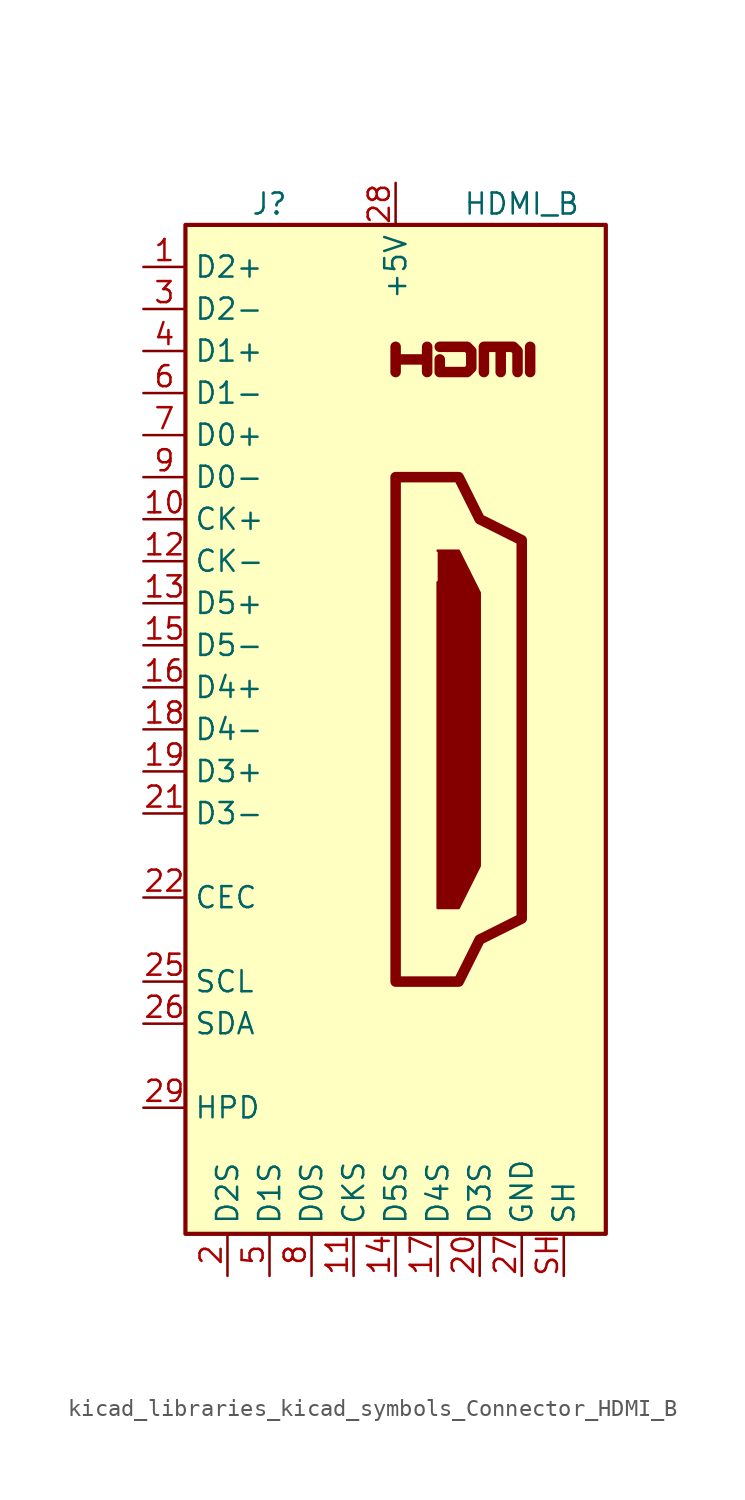
<source format=kicad_sym>
(kicad_symbol_lib
  (version 20220914)
  (generator kicad_symbol_editor)
  (symbol "kicad_libraries_kicad_symbols_Connector_HDMI_B"
    (property "Reference" "J"
      (at -7.62 31.75 0)
      (effects (font (size 1.27 1.27))))
    (property "Value" "HDMI_B"
      (at 7.62 31.75 0)
      (effects (font (size 1.27 1.27))))
    (symbol "kicad_libraries_kicad_symbols_Connector_HDMI_B_0_0"
      (polyline (pts (xy 8.128 21.59) (xy 8.128 23.114)) (stroke (width 0.635) (type default)) (fill (type none)))
      (polyline (pts (xy 0 21.59) (xy 0 23.114) (xy 0 22.352) (xy 1.905 22.352) (xy 1.905 23.114) (xy 1.905 21.59)) (stroke (width 0.635) (type default)) (fill (type none)))
      (polyline (pts (xy 2.667 23.114) (xy 4.318 23.114) (xy 4.572 22.86) (xy 4.572 21.844) (xy 4.318 21.59) (xy 2.667 21.59) (xy 2.667 22.352)) (stroke (width 0.635) (type default)) (fill (type none))))
    (symbol "kicad_libraries_kicad_symbols_Connector_HDMI_B_0_1"
      (rectangle (start -12.7 30.48) (end 12.7 -30.48) (stroke (width 0.254) (type default)) (fill (type background)))
      (polyline (pts (xy 2.54 10.795) (xy 3.81 10.795) (xy 5.08 8.255) (xy 5.08 -8.255) (xy 3.81 -10.795) (xy 2.54 -10.795) (xy 2.54 8.89)) (stroke (width 0) (type default)) (fill (type outline)))
      (polyline (pts (xy 5.334 21.59) (xy 5.334 23.114) (xy 6.35 23.114) (xy 6.35 21.59) (xy 6.35 23.114) (xy 7.112 23.114) (xy 7.366 22.86) (xy 7.366 21.59)) (stroke (width 0.635) (type default)) (fill (type none)))
      (polyline (pts (xy 0 15.24) (xy 0 -15.24) (xy 3.81 -15.24) (xy 5.08 -12.7) (xy 7.62 -11.43) (xy 7.62 11.43) (xy 5.08 12.7) (xy 3.81 15.24) (xy 0 15.24)) (stroke (width 0.635) (type default)) (fill (type none))))
    (symbol "kicad_libraries_kicad_symbols_Connector_HDMI_B_1_1"
      (pin passive line (at -15.24 27.94 0) (length 2.54) (name "D2+" (effects (font (size 1.27 1.27)))) (number "1" (effects (font (size 1.27 1.27)))))
      (pin passive line (at -15.24 12.7 0) (length 2.54) (name "CK+" (effects (font (size 1.27 1.27)))) (number "10" (effects (font (size 1.27 1.27)))))
      (pin power_in line (at -2.54 -33.02 90) (length 2.54) (name "CKS" (effects (font (size 1.27 1.27)))) (number "11" (effects (font (size 1.27 1.27)))))
      (pin passive line (at -15.24 10.16 0) (length 2.54) (name "CK-" (effects (font (size 1.27 1.27)))) (number "12" (effects (font (size 1.27 1.27)))))
      (pin passive line (at -15.24 7.62 0) (length 2.54) (name "D5+" (effects (font (size 1.27 1.27)))) (number "13" (effects (font (size 1.27 1.27)))))
      (pin power_in line (at 0 -33.02 90) (length 2.54) (name "D5S" (effects (font (size 1.27 1.27)))) (number "14" (effects (font (size 1.27 1.27)))))
      (pin passive line (at -15.24 5.08 0) (length 2.54) (name "D5-" (effects (font (size 1.27 1.27)))) (number "15" (effects (font (size 1.27 1.27)))))
      (pin passive line (at -15.24 2.54 0) (length 2.54) (name "D4+" (effects (font (size 1.27 1.27)))) (number "16" (effects (font (size 1.27 1.27)))))
      (pin power_in line (at 2.54 -33.02 90) (length 2.54) (name "D4S" (effects (font (size 1.27 1.27)))) (number "17" (effects (font (size 1.27 1.27)))))
      (pin passive line (at -15.24 0 0) (length 2.54) (name "D4-" (effects (font (size 1.27 1.27)))) (number "18" (effects (font (size 1.27 1.27)))))
      (pin passive line (at -15.24 -2.54 0) (length 2.54) (name "D3+" (effects (font (size 1.27 1.27)))) (number "19" (effects (font (size 1.27 1.27)))))
      (pin power_in line (at -10.16 -33.02 90) (length 2.54) (name "D2S" (effects (font (size 1.27 1.27)))) (number "2" (effects (font (size 1.27 1.27)))))
      (pin power_in line (at 5.08 -33.02 90) (length 2.54) (name "D3S" (effects (font (size 1.27 1.27)))) (number "20" (effects (font (size 1.27 1.27)))))
      (pin passive line (at -15.24 -5.08 0) (length 2.54) (name "D3-" (effects (font (size 1.27 1.27)))) (number "21" (effects (font (size 1.27 1.27)))))
      (pin bidirectional line (at -15.24 -10.16 0) (length 2.54) (name "CEC" (effects (font (size 1.27 1.27)))) (number "22" (effects (font (size 1.27 1.27)))))
      (pin no_connect line (at -12.7 -12.7 0) (length 2.54) hide (name "NC" (effects (font (size 1.27 1.27)))) (number "23" (effects (font (size 1.27 1.27)))))
      (pin no_connect line (at -12.7 -20.32 0) (length 2.54) hide (name "NC" (effects (font (size 1.27 1.27)))) (number "24" (effects (font (size 1.27 1.27)))))
      (pin passive line (at -15.24 -15.24 0) (length 2.54) (name "SCL" (effects (font (size 1.27 1.27)))) (number "25" (effects (font (size 1.27 1.27)))))
      (pin bidirectional line (at -15.24 -17.78 0) (length 2.54) (name "SDA" (effects (font (size 1.27 1.27)))) (number "26" (effects (font (size 1.27 1.27)))))
      (pin power_in line (at 7.62 -33.02 90) (length 2.54) (name "GND" (effects (font (size 1.27 1.27)))) (number "27" (effects (font (size 1.27 1.27)))))
      (pin power_in line (at 0 33.02 270) (length 2.54) (name "+5V" (effects (font (size 1.27 1.27)))) (number "28" (effects (font (size 1.27 1.27)))))
      (pin passive line (at -15.24 -22.86 0) (length 2.54) (name "HPD" (effects (font (size 1.27 1.27)))) (number "29" (effects (font (size 1.27 1.27)))))
      (pin passive line (at -15.24 25.4 0) (length 2.54) (name "D2-" (effects (font (size 1.27 1.27)))) (number "3" (effects (font (size 1.27 1.27)))))
      (pin passive line (at -15.24 22.86 0) (length 2.54) (name "D1+" (effects (font (size 1.27 1.27)))) (number "4" (effects (font (size 1.27 1.27)))))
      (pin power_in line (at -7.62 -33.02 90) (length 2.54) (name "D1S" (effects (font (size 1.27 1.27)))) (number "5" (effects (font (size 1.27 1.27)))))
      (pin passive line (at -15.24 20.32 0) (length 2.54) (name "D1-" (effects (font (size 1.27 1.27)))) (number "6" (effects (font (size 1.27 1.27)))))
      (pin passive line (at -15.24 17.78 0) (length 2.54) (name "D0+" (effects (font (size 1.27 1.27)))) (number "7" (effects (font (size 1.27 1.27)))))
      (pin power_in line (at -5.08 -33.02 90) (length 2.54) (name "D0S" (effects (font (size 1.27 1.27)))) (number "8" (effects (font (size 1.27 1.27)))))
      (pin passive line (at -15.24 15.24 0) (length 2.54) (name "D0-" (effects (font (size 1.27 1.27)))) (number "9" (effects (font (size 1.27 1.27)))))
      (pin passive line (at 10.16 -33.02 90) (length 2.54) (name "SH" (effects (font (size 1.27 1.27)))) (number "SH" (effects (font (size 1.27 1.27))))))))
</source>
